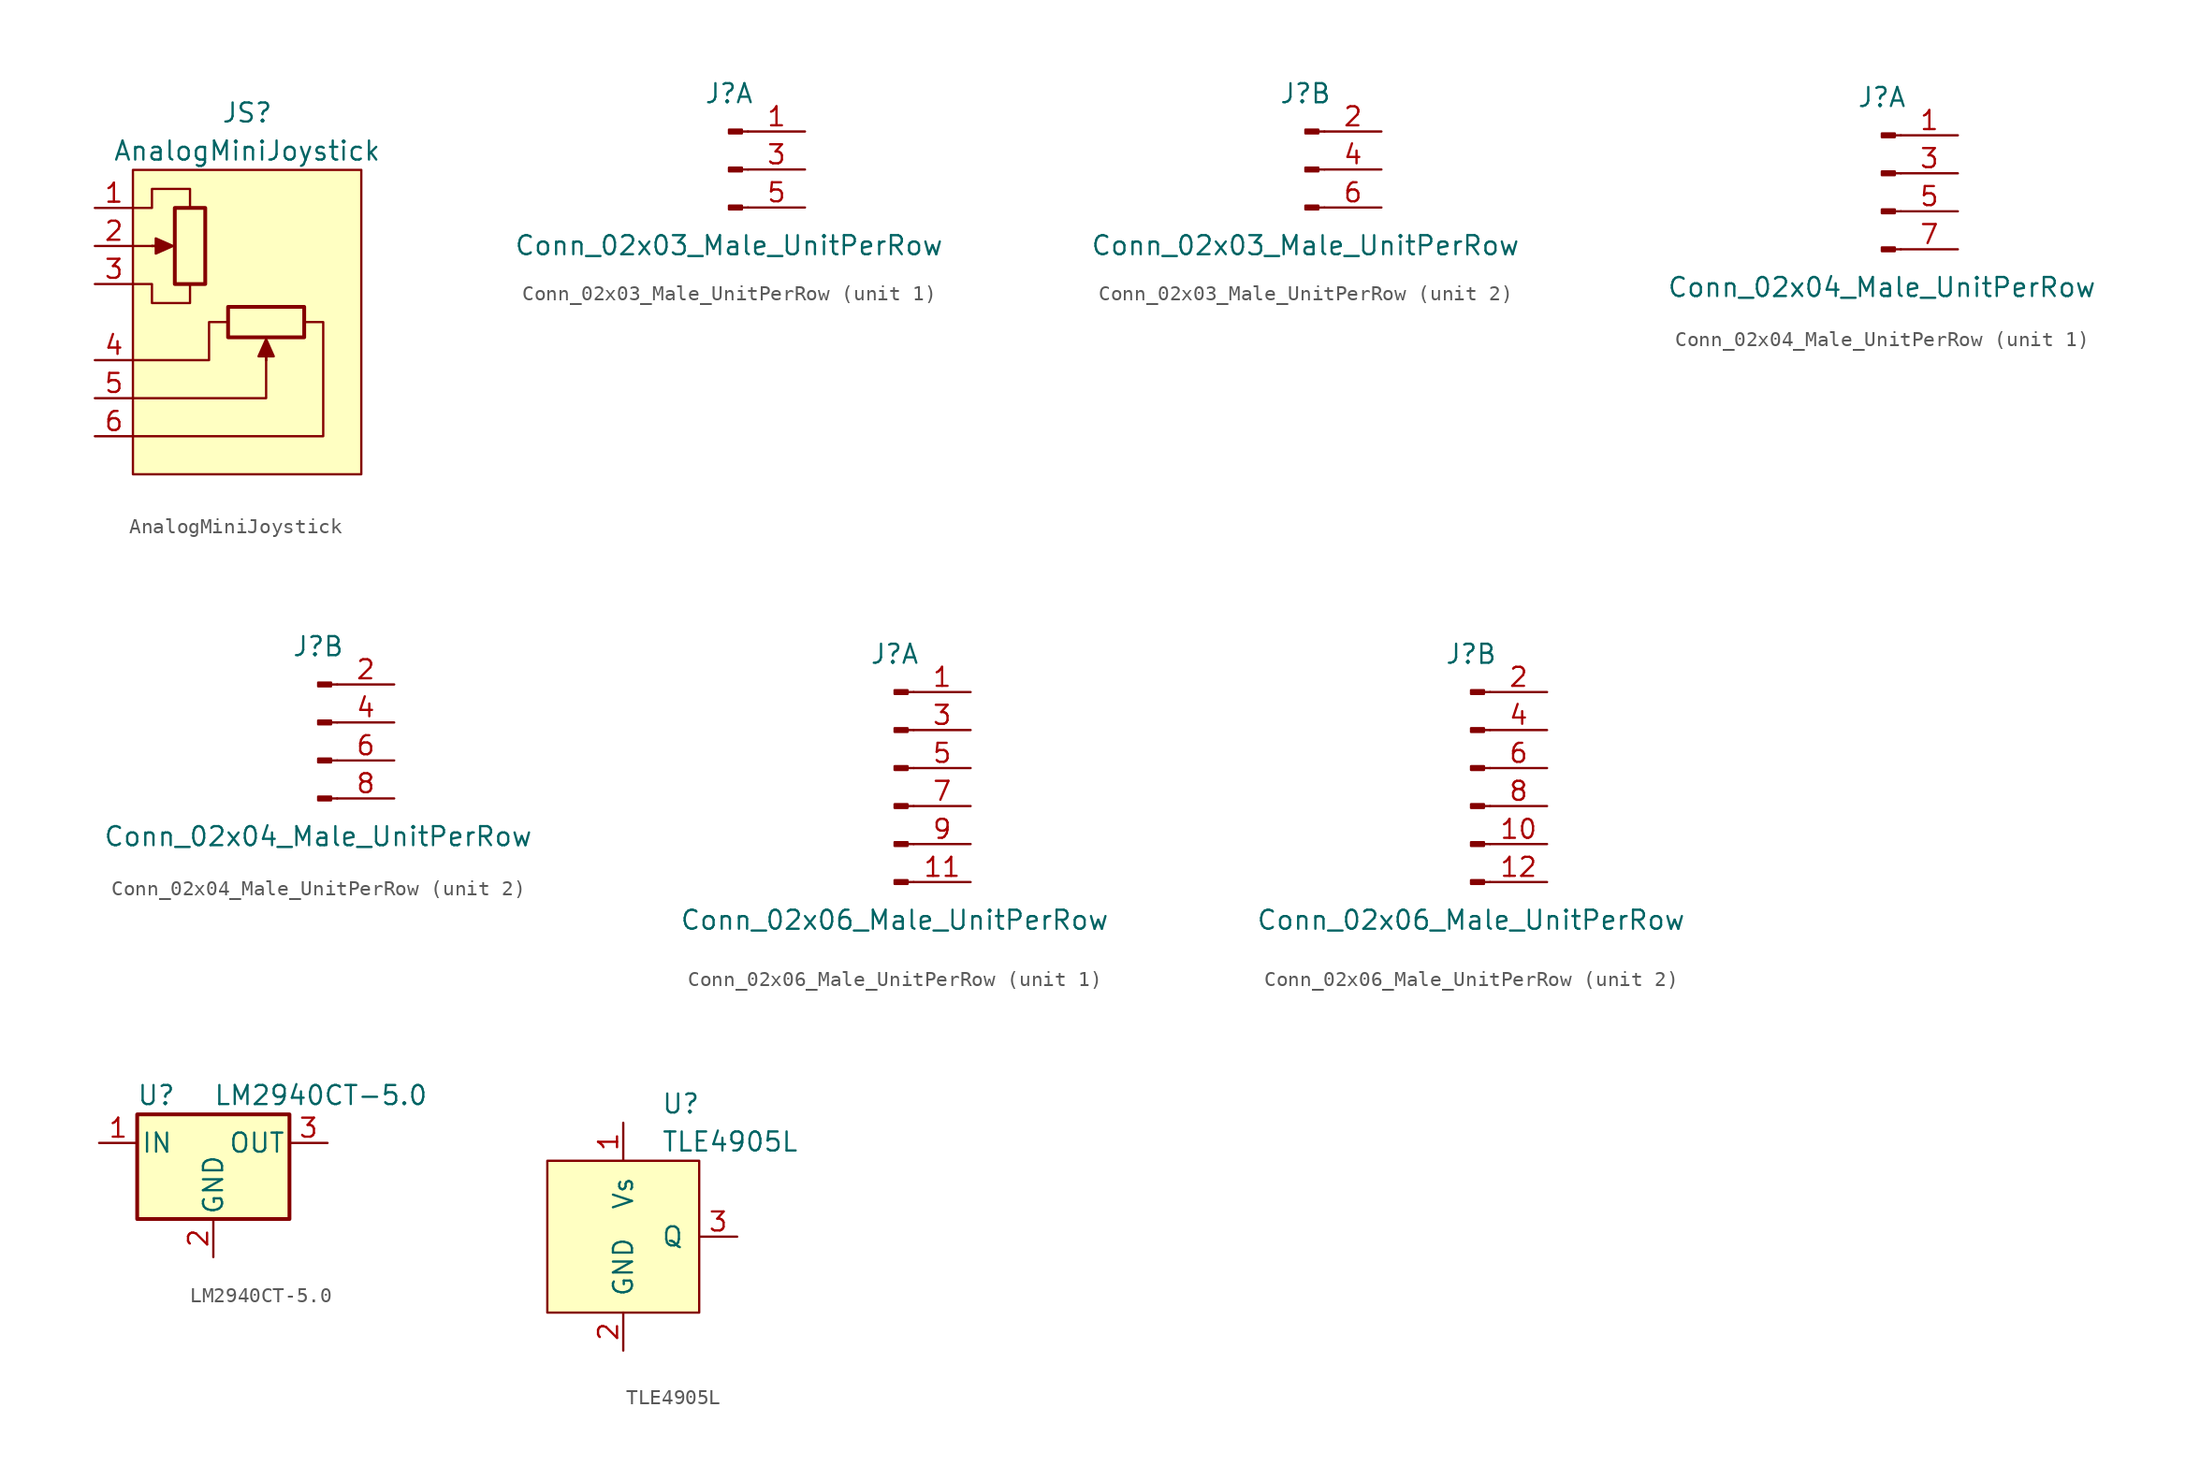
<source format=kicad_sym>
(kicad_symbol_lib
  (version 20211014)
  (generator kicad_symbol_editor)
  (symbol "AnalogMiniJoystick"
    (pin_names
      (offset 1.016) hide)
    (property "Reference" "JS"
      (at 0 6.35 0)
      (effects (font (size 1.27 1.27))))
    (property "Value" "AnalogMiniJoystick"
      (at 0 3.81 0)
      (effects (font (size 1.27 1.27))))
    (symbol "AnalogMiniJoystick_0_1"
      (rectangle (start -7.62 2.54) (end 7.62 -17.78) (stroke (width 0) (type default) (color 0 0 0 0)) (fill (type background)))
      (rectangle (start -4.826 -5.08) (end -2.794 0) (stroke (width 0.254) (type default) (color 0 0 0 0)) (fill (type none)))
      (polyline (pts (xy -7.62 -2.54) (xy -6.35 -2.54)) (stroke (width 0) (type default) (color 0 0 0 0)) (fill (type none)))
      (polyline (pts (xy -6.35 -2.54) (xy -5.334 -2.54)) (stroke (width 0) (type default) (color 0 0 0 0)) (fill (type none)))
      (polyline (pts (xy -6.35 -2.54) (xy -5.334 -2.54)) (stroke (width 0) (type default) (color 0 0 0 0)) (fill (type none)))
      (polyline (pts (xy 1.27 -10.16) (xy 1.27 -9.144)) (stroke (width 0) (type default) (color 0 0 0 0)) (fill (type none)))
      (polyline (pts (xy 1.27 -10.16) (xy 1.27 -9.144)) (stroke (width 0) (type default) (color 0 0 0 0)) (fill (type none)))
      (polyline (pts (xy 1.27 -10.16) (xy 1.27 -12.7) (xy -7.62 -12.7)) (stroke (width 0) (type default) (color 0 0 0 0)) (fill (type none)))
      (polyline (pts (xy -4.953 -2.54) (xy -6.096 -3.048) (xy -6.096 -2.032) (xy -4.953 -2.54)) (stroke (width 0) (type default) (color 0 0 0 0)) (fill (type outline)))
      (polyline (pts (xy -1.27 -7.62) (xy -2.54 -7.62) (xy -2.54 -10.16) (xy -7.62 -10.16)) (stroke (width 0) (type default) (color 0 0 0 0)) (fill (type none)))
      (polyline (pts (xy 1.27 -8.763) (xy 1.778 -9.906) (xy 0.762 -9.906) (xy 1.27 -8.763)) (stroke (width 0) (type default) (color 0 0 0 0)) (fill (type outline)))
      (polyline (pts (xy 3.81 -7.62) (xy 5.08 -7.62) (xy 5.08 -15.24) (xy -7.62 -15.24)) (stroke (width 0) (type default) (color 0 0 0 0)) (fill (type none)))
      (polyline (pts (xy -7.62 -5.08) (xy -6.35 -5.08) (xy -6.35 -6.35) (xy -3.81 -6.35) (xy -3.81 -5.08)) (stroke (width 0) (type default) (color 0 0 0 0)) (fill (type none)))
      (polyline (pts (xy -7.62 0) (xy -6.35 0) (xy -6.35 1.27) (xy -3.81 1.27) (xy -3.81 0)) (stroke (width 0) (type default) (color 0 0 0 0)) (fill (type none)))
      (rectangle (start 3.81 -8.636) (end -1.27 -6.604) (stroke (width 0.254) (type default) (color 0 0 0 0)) (fill (type none))))
    (symbol "AnalogMiniJoystick_1_1"
      (pin passive line (at -10.16 0 0) (length 2.54) (name "1" (effects (font (size 1.27 1.27)))) (number "1" (effects (font (size 1.27 1.27)))))
      (pin passive line (at -10.16 -2.54 0) (length 2.54) (name "2" (effects (font (size 1.27 1.27)))) (number "2" (effects (font (size 1.27 1.27)))))
      (pin passive line (at -10.16 -5.08 0) (length 2.54) (name "3" (effects (font (size 1.27 1.27)))) (number "3" (effects (font (size 1.27 1.27)))))
      (pin passive line (at -10.16 -10.16 0) (length 2.54) (name "4" (effects (font (size 1.27 1.27)))) (number "4" (effects (font (size 1.27 1.27)))))
      (pin passive line (at -10.16 -12.7 0) (length 2.54) (name "5" (effects (font (size 1.27 1.27)))) (number "5" (effects (font (size 1.27 1.27)))))
      (pin passive line (at -10.16 -15.24 0) (length 2.54) (name "6" (effects (font (size 1.27 1.27)))) (number "6" (effects (font (size 1.27 1.27)))))))
  (symbol "Conn_02x03_Male_UnitPerRow"
    (pin_names
      (offset 1.016) hide)
    (property "Reference" "J"
      (at 0 5.08 0)
      (effects (font (size 1.27 1.27))))
    (property "Value" "Conn_02x03_Male_UnitPerRow"
      (at 0 -5.08 0)
      (effects (font (size 1.27 1.27))))
    (property "ki_locked" ""
      (at 0 0 0)
      (effects (font (size 1.27 1.27))))
    (symbol "Conn_02x03_Male_UnitPerRow_1_1"
      (polyline (pts (xy 1.27 -2.54) (xy 0.864 -2.54)) (stroke (width 0.152) (type default) (color 0 0 0 0)) (fill (type none)))
      (polyline (pts (xy 1.27 0) (xy 0.864 0)) (stroke (width 0.152) (type default) (color 0 0 0 0)) (fill (type none)))
      (polyline (pts (xy 1.27 2.54) (xy 0.864 2.54)) (stroke (width 0.152) (type default) (color 0 0 0 0)) (fill (type none)))
      (rectangle (start 0.864 -2.413) (end 0 -2.667) (stroke (width 0.152) (type default) (color 0 0 0 0)) (fill (type outline)))
      (rectangle (start 0.864 0.127) (end 0 -0.127) (stroke (width 0.152) (type default) (color 0 0 0 0)) (fill (type outline)))
      (rectangle (start 0.864 2.667) (end 0 2.413) (stroke (width 0.152) (type default) (color 0 0 0 0)) (fill (type outline)))
      (pin passive line (at 5.08 2.54 180) (length 3.81) (name "Pin_1" (effects (font (size 1.27 1.27)))) (number "1" (effects (font (size 1.27 1.27)))))
      (pin passive line (at 5.08 0 180) (length 3.81) (name "Pin_3" (effects (font (size 1.27 1.27)))) (number "3" (effects (font (size 1.27 1.27)))))
      (pin passive line (at 5.08 -2.54 180) (length 3.81) (name "Pin_5" (effects (font (size 1.27 1.27)))) (number "5" (effects (font (size 1.27 1.27))))))
    (symbol "Conn_02x03_Male_UnitPerRow_2_1"
      (polyline (pts (xy 1.27 -2.54) (xy 0.864 -2.54)) (stroke (width 0.152) (type default) (color 0 0 0 0)) (fill (type none)))
      (polyline (pts (xy 1.27 0) (xy 0.864 0)) (stroke (width 0.152) (type default) (color 0 0 0 0)) (fill (type none)))
      (polyline (pts (xy 1.27 2.54) (xy 0.864 2.54)) (stroke (width 0.152) (type default) (color 0 0 0 0)) (fill (type none)))
      (rectangle (start 0.864 -2.413) (end 0 -2.667) (stroke (width 0.152) (type default) (color 0 0 0 0)) (fill (type outline)))
      (rectangle (start 0.864 0.127) (end 0 -0.127) (stroke (width 0.152) (type default) (color 0 0 0 0)) (fill (type outline)))
      (rectangle (start 0.864 2.667) (end 0 2.413) (stroke (width 0.152) (type default) (color 0 0 0 0)) (fill (type outline)))
      (pin passive line (at 5.08 2.54 180) (length 3.81) (name "Pin_2" (effects (font (size 1.27 1.27)))) (number "2" (effects (font (size 1.27 1.27)))))
      (pin passive line (at 5.08 0 180) (length 3.81) (name "Pin_4" (effects (font (size 1.27 1.27)))) (number "4" (effects (font (size 1.27 1.27)))))
      (pin passive line (at 5.08 -2.54 180) (length 3.81) (name "Pin_6" (effects (font (size 1.27 1.27)))) (number "6" (effects (font (size 1.27 1.27)))))))
  (symbol "Conn_02x04_Male_UnitPerRow"
    (pin_names
      (offset 1.016) hide)
    (property "Reference" "J"
      (at 0 5.08 0)
      (effects (font (size 1.27 1.27))))
    (property "Value" "Conn_02x04_Male_UnitPerRow"
      (at 0 -7.62 0)
      (effects (font (size 1.27 1.27))))
    (property "ki_locked" ""
      (at 0 0 0)
      (effects (font (size 1.27 1.27))))
    (symbol "Conn_02x04_Male_UnitPerRow_1_1"
      (polyline (pts (xy 1.27 -5.08) (xy 0.864 -5.08)) (stroke (width 0.152) (type default) (color 0 0 0 0)) (fill (type none)))
      (polyline (pts (xy 1.27 -2.54) (xy 0.864 -2.54)) (stroke (width 0.152) (type default) (color 0 0 0 0)) (fill (type none)))
      (polyline (pts (xy 1.27 0) (xy 0.864 0)) (stroke (width 0.152) (type default) (color 0 0 0 0)) (fill (type none)))
      (polyline (pts (xy 1.27 2.54) (xy 0.864 2.54)) (stroke (width 0.152) (type default) (color 0 0 0 0)) (fill (type none)))
      (rectangle (start 0.864 -4.953) (end 0 -5.207) (stroke (width 0.152) (type default) (color 0 0 0 0)) (fill (type outline)))
      (rectangle (start 0.864 -2.413) (end 0 -2.667) (stroke (width 0.152) (type default) (color 0 0 0 0)) (fill (type outline)))
      (rectangle (start 0.864 0.127) (end 0 -0.127) (stroke (width 0.152) (type default) (color 0 0 0 0)) (fill (type outline)))
      (rectangle (start 0.864 2.667) (end 0 2.413) (stroke (width 0.152) (type default) (color 0 0 0 0)) (fill (type outline)))
      (pin passive line (at 5.08 2.54 180) (length 3.81) (name "Pin_1" (effects (font (size 1.27 1.27)))) (number "1" (effects (font (size 1.27 1.27)))))
      (pin passive line (at 5.08 0 180) (length 3.81) (name "Pin_3" (effects (font (size 1.27 1.27)))) (number "3" (effects (font (size 1.27 1.27)))))
      (pin passive line (at 5.08 -2.54 180) (length 3.81) (name "Pin_5" (effects (font (size 1.27 1.27)))) (number "5" (effects (font (size 1.27 1.27)))))
      (pin passive line (at 5.08 -5.08 180) (length 3.81) (name "Pin_7" (effects (font (size 1.27 1.27)))) (number "7" (effects (font (size 1.27 1.27))))))
    (symbol "Conn_02x04_Male_UnitPerRow_2_1"
      (polyline (pts (xy 1.27 -5.08) (xy 0.864 -5.08)) (stroke (width 0.152) (type default) (color 0 0 0 0)) (fill (type none)))
      (polyline (pts (xy 1.27 -2.54) (xy 0.864 -2.54)) (stroke (width 0.152) (type default) (color 0 0 0 0)) (fill (type none)))
      (polyline (pts (xy 1.27 0) (xy 0.864 0)) (stroke (width 0.152) (type default) (color 0 0 0 0)) (fill (type none)))
      (polyline (pts (xy 1.27 2.54) (xy 0.864 2.54)) (stroke (width 0.152) (type default) (color 0 0 0 0)) (fill (type none)))
      (rectangle (start 0.864 -4.953) (end 0 -5.207) (stroke (width 0.152) (type default) (color 0 0 0 0)) (fill (type outline)))
      (rectangle (start 0.864 -2.413) (end 0 -2.667) (stroke (width 0.152) (type default) (color 0 0 0 0)) (fill (type outline)))
      (rectangle (start 0.864 0.127) (end 0 -0.127) (stroke (width 0.152) (type default) (color 0 0 0 0)) (fill (type outline)))
      (rectangle (start 0.864 2.667) (end 0 2.413) (stroke (width 0.152) (type default) (color 0 0 0 0)) (fill (type outline)))
      (pin passive line (at 5.08 2.54 180) (length 3.81) (name "Pin_2" (effects (font (size 1.27 1.27)))) (number "2" (effects (font (size 1.27 1.27)))))
      (pin passive line (at 5.08 0 180) (length 3.81) (name "Pin_4" (effects (font (size 1.27 1.27)))) (number "4" (effects (font (size 1.27 1.27)))))
      (pin passive line (at 5.08 -2.54 180) (length 3.81) (name "Pin_6" (effects (font (size 1.27 1.27)))) (number "6" (effects (font (size 1.27 1.27)))))
      (pin passive line (at 5.08 -5.08 180) (length 3.81) (name "Pin_8" (effects (font (size 1.27 1.27)))) (number "8" (effects (font (size 1.27 1.27)))))))
  (symbol "Conn_02x06_Male_UnitPerRow"
    (pin_names
      (offset 1.016) hide)
    (property "Reference" "J"
      (at 0 7.62 0)
      (effects (font (size 1.27 1.27))))
    (property "Value" "Conn_02x06_Male_UnitPerRow"
      (at 0 -10.16 0)
      (effects (font (size 1.27 1.27))))
    (property "ki_locked" ""
      (at 0 0 0)
      (effects (font (size 1.27 1.27))))
    (symbol "Conn_02x06_Male_UnitPerRow_1_1"
      (polyline (pts (xy 1.27 -7.62) (xy 0.864 -7.62)) (stroke (width 0.152) (type default) (color 0 0 0 0)) (fill (type none)))
      (polyline (pts (xy 1.27 -5.08) (xy 0.864 -5.08)) (stroke (width 0.152) (type default) (color 0 0 0 0)) (fill (type none)))
      (polyline (pts (xy 1.27 -2.54) (xy 0.864 -2.54)) (stroke (width 0.152) (type default) (color 0 0 0 0)) (fill (type none)))
      (polyline (pts (xy 1.27 0) (xy 0.864 0)) (stroke (width 0.152) (type default) (color 0 0 0 0)) (fill (type none)))
      (polyline (pts (xy 1.27 2.54) (xy 0.864 2.54)) (stroke (width 0.152) (type default) (color 0 0 0 0)) (fill (type none)))
      (polyline (pts (xy 1.27 5.08) (xy 0.864 5.08)) (stroke (width 0.152) (type default) (color 0 0 0 0)) (fill (type none)))
      (rectangle (start 0.864 -7.493) (end 0 -7.747) (stroke (width 0.152) (type default) (color 0 0 0 0)) (fill (type outline)))
      (rectangle (start 0.864 -4.953) (end 0 -5.207) (stroke (width 0.152) (type default) (color 0 0 0 0)) (fill (type outline)))
      (rectangle (start 0.864 -2.413) (end 0 -2.667) (stroke (width 0.152) (type default) (color 0 0 0 0)) (fill (type outline)))
      (rectangle (start 0.864 0.127) (end 0 -0.127) (stroke (width 0.152) (type default) (color 0 0 0 0)) (fill (type outline)))
      (rectangle (start 0.864 2.667) (end 0 2.413) (stroke (width 0.152) (type default) (color 0 0 0 0)) (fill (type outline)))
      (rectangle (start 0.864 5.207) (end 0 4.953) (stroke (width 0.152) (type default) (color 0 0 0 0)) (fill (type outline)))
      (pin passive line (at 5.08 5.08 180) (length 3.81) (name "Pin_1" (effects (font (size 1.27 1.27)))) (number "1" (effects (font (size 1.27 1.27)))))
      (pin passive line (at 5.08 -7.62 180) (length 3.81) (name "Pin_11" (effects (font (size 1.27 1.27)))) (number "11" (effects (font (size 1.27 1.27)))))
      (pin passive line (at 5.08 2.54 180) (length 3.81) (name "Pin_3" (effects (font (size 1.27 1.27)))) (number "3" (effects (font (size 1.27 1.27)))))
      (pin passive line (at 5.08 0 180) (length 3.81) (name "Pin_5" (effects (font (size 1.27 1.27)))) (number "5" (effects (font (size 1.27 1.27)))))
      (pin passive line (at 5.08 -2.54 180) (length 3.81) (name "Pin_7" (effects (font (size 1.27 1.27)))) (number "7" (effects (font (size 1.27 1.27)))))
      (pin passive line (at 5.08 -5.08 180) (length 3.81) (name "Pin_9" (effects (font (size 1.27 1.27)))) (number "9" (effects (font (size 1.27 1.27))))))
    (symbol "Conn_02x06_Male_UnitPerRow_2_1"
      (polyline (pts (xy 1.27 -7.62) (xy 0.864 -7.62)) (stroke (width 0.152) (type default) (color 0 0 0 0)) (fill (type none)))
      (polyline (pts (xy 1.27 -5.08) (xy 0.864 -5.08)) (stroke (width 0.152) (type default) (color 0 0 0 0)) (fill (type none)))
      (polyline (pts (xy 1.27 -2.54) (xy 0.864 -2.54)) (stroke (width 0.152) (type default) (color 0 0 0 0)) (fill (type none)))
      (polyline (pts (xy 1.27 0) (xy 0.864 0)) (stroke (width 0.152) (type default) (color 0 0 0 0)) (fill (type none)))
      (polyline (pts (xy 1.27 2.54) (xy 0.864 2.54)) (stroke (width 0.152) (type default) (color 0 0 0 0)) (fill (type none)))
      (polyline (pts (xy 1.27 5.08) (xy 0.864 5.08)) (stroke (width 0.152) (type default) (color 0 0 0 0)) (fill (type none)))
      (rectangle (start 0.864 -7.493) (end 0 -7.747) (stroke (width 0.152) (type default) (color 0 0 0 0)) (fill (type outline)))
      (rectangle (start 0.864 -4.953) (end 0 -5.207) (stroke (width 0.152) (type default) (color 0 0 0 0)) (fill (type outline)))
      (rectangle (start 0.864 -2.413) (end 0 -2.667) (stroke (width 0.152) (type default) (color 0 0 0 0)) (fill (type outline)))
      (rectangle (start 0.864 0.127) (end 0 -0.127) (stroke (width 0.152) (type default) (color 0 0 0 0)) (fill (type outline)))
      (rectangle (start 0.864 2.667) (end 0 2.413) (stroke (width 0.152) (type default) (color 0 0 0 0)) (fill (type outline)))
      (rectangle (start 0.864 5.207) (end 0 4.953) (stroke (width 0.152) (type default) (color 0 0 0 0)) (fill (type outline)))
      (pin passive line (at 5.08 -5.08 180) (length 3.81) (name "Pin_10" (effects (font (size 1.27 1.27)))) (number "10" (effects (font (size 1.27 1.27)))))
      (pin passive line (at 5.08 -7.62 180) (length 3.81) (name "Pin_12" (effects (font (size 1.27 1.27)))) (number "12" (effects (font (size 1.27 1.27)))))
      (pin passive line (at 5.08 5.08 180) (length 3.81) (name "Pin_2" (effects (font (size 1.27 1.27)))) (number "2" (effects (font (size 1.27 1.27)))))
      (pin passive line (at 5.08 2.54 180) (length 3.81) (name "Pin_4" (effects (font (size 1.27 1.27)))) (number "4" (effects (font (size 1.27 1.27)))))
      (pin passive line (at 5.08 0 180) (length 3.81) (name "Pin_6" (effects (font (size 1.27 1.27)))) (number "6" (effects (font (size 1.27 1.27)))))
      (pin passive line (at 5.08 -2.54 180) (length 3.81) (name "Pin_8" (effects (font (size 1.27 1.27)))) (number "8" (effects (font (size 1.27 1.27)))))))
  (symbol "LM2940CT-5.0"
    (pin_names
      (offset 0.254))
    (property "Reference" "U"
      (at -3.81 3.175 0)
      (effects (font (size 1.27 1.27))))
    (property "Value" "LM2940CT-5.0"
      (at 0 3.175 0)
      (effects (font (size 1.27 1.27)) (justify left)))
    (symbol "LM2940CT-5.0_0_1"
      (rectangle (start -5.08 1.905) (end 5.08 -5.08) (stroke (width 0.254) (type default) (color 0 0 0 0)) (fill (type background))))
    (symbol "LM2940CT-5.0_1_1"
      (pin power_in line (at -7.62 0 0) (length 2.54) (name "IN" (effects (font (size 1.27 1.27)))) (number "1" (effects (font (size 1.27 1.27)))))
      (pin power_in line (at 0 -7.62 90) (length 2.54) (name "GND" (effects (font (size 1.27 1.27)))) (number "2" (effects (font (size 1.27 1.27)))))
      (pin power_out line (at 7.62 0 180) (length 2.54) (name "OUT" (effects (font (size 1.27 1.27)))) (number "3" (effects (font (size 1.27 1.27)))))))
  (symbol "TLE4905L"
    (pin_names
      (offset 1.016))
    (property "Reference" "U"
      (at 2.54 8.89 0)
      (effects (font (size 1.27 1.27)) (justify left)))
    (property "Value" "TLE4905L"
      (at 2.54 6.35 0)
      (effects (font (size 1.27 1.27)) (justify left)))
    (symbol "TLE4905L_0_1"
      (rectangle (start -5.08 5.08) (end 5.08 -5.08) (stroke (width 0) (type default) (color 0 0 0 0)) (fill (type background))))
    (symbol "TLE4905L_1_1"
      (pin power_in line (at 0 7.62 270) (length 2.54) (name "Vs" (effects (font (size 1.27 1.27)))) (number "1" (effects (font (size 1.27 1.27)))))
      (pin power_in line (at 0 -7.62 90) (length 2.54) (name "GND" (effects (font (size 1.27 1.27)))) (number "2" (effects (font (size 1.27 1.27)))))
      (pin open_collector line (at 7.62 0 180) (length 2.54) (name "Q" (effects (font (size 1.27 1.27)))) (number "3" (effects (font (size 1.27 1.27))))))))
</source>
